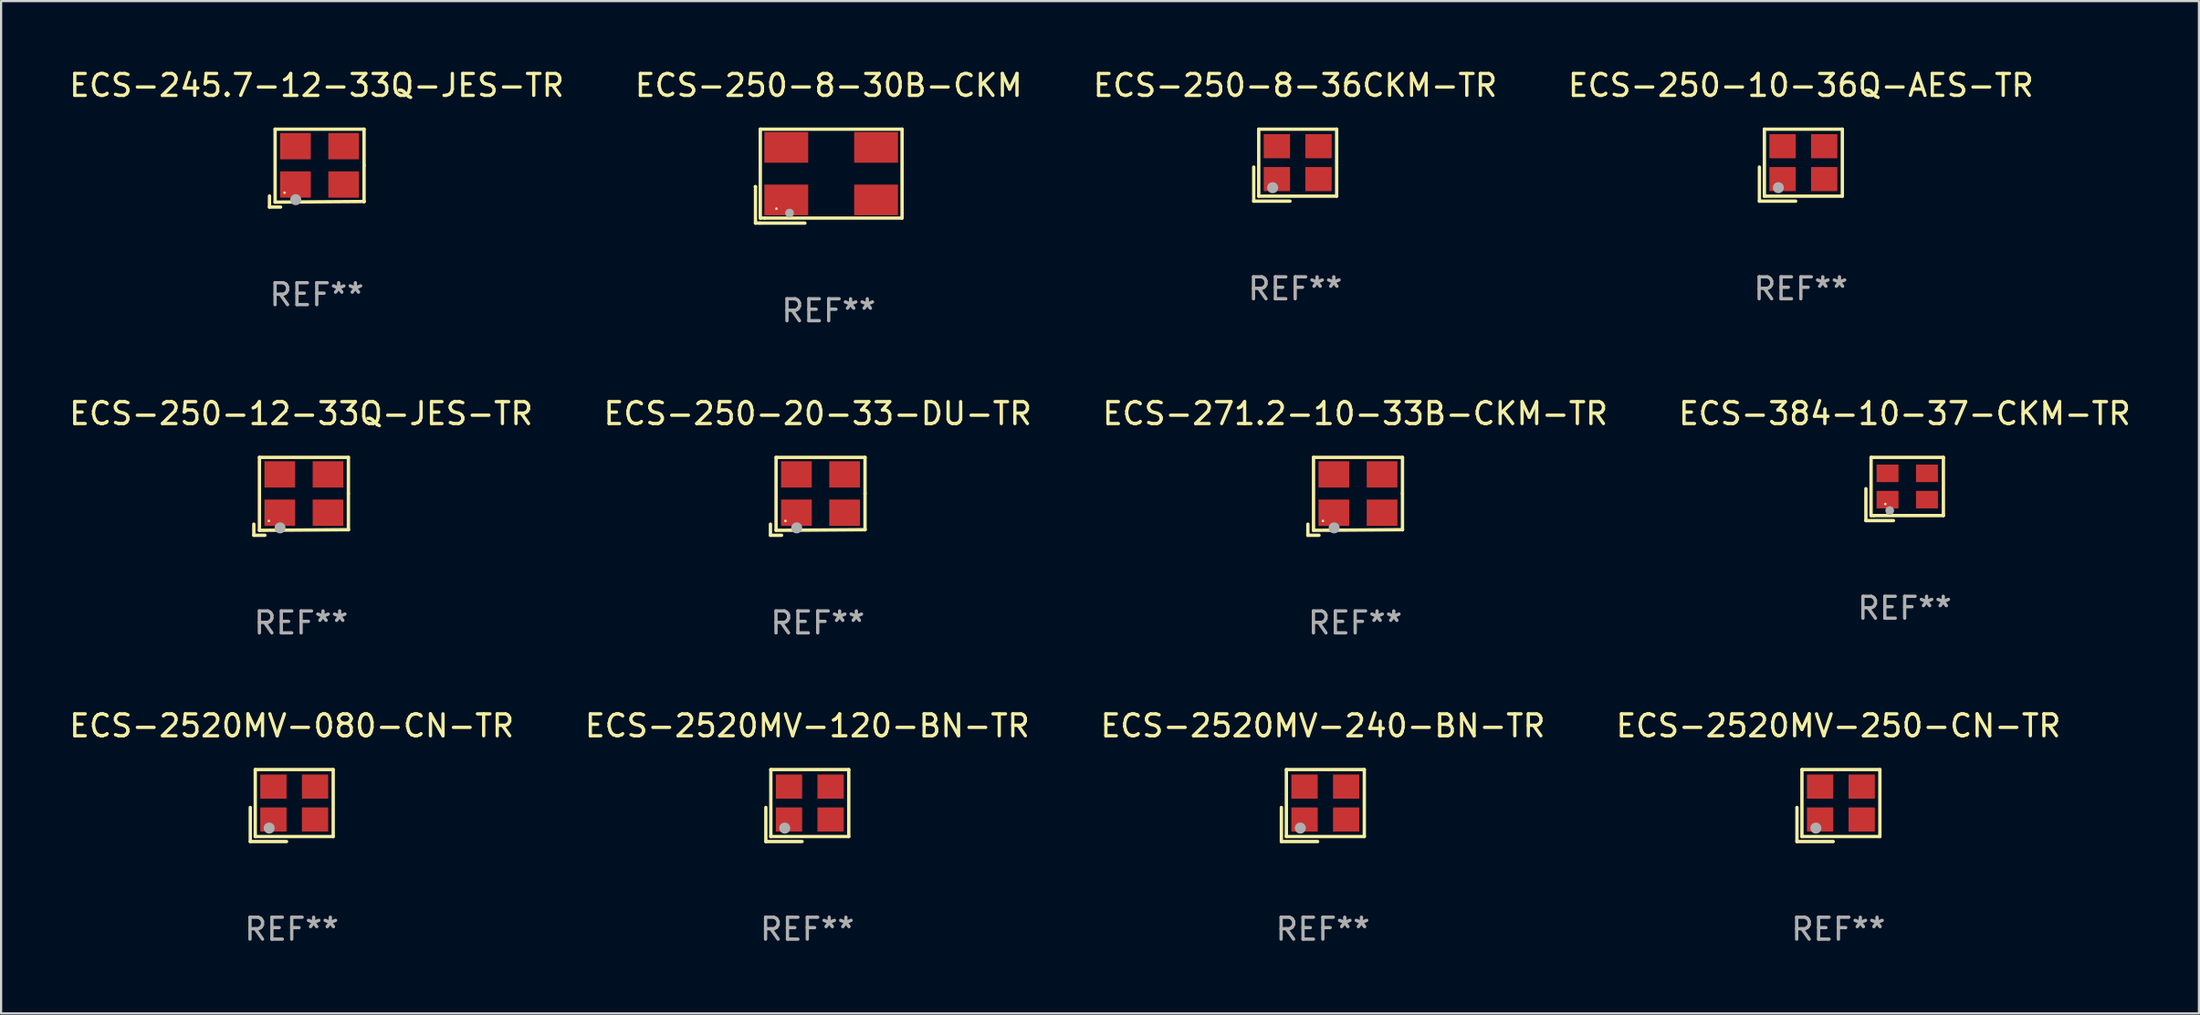
<source format=kicad_pcb>
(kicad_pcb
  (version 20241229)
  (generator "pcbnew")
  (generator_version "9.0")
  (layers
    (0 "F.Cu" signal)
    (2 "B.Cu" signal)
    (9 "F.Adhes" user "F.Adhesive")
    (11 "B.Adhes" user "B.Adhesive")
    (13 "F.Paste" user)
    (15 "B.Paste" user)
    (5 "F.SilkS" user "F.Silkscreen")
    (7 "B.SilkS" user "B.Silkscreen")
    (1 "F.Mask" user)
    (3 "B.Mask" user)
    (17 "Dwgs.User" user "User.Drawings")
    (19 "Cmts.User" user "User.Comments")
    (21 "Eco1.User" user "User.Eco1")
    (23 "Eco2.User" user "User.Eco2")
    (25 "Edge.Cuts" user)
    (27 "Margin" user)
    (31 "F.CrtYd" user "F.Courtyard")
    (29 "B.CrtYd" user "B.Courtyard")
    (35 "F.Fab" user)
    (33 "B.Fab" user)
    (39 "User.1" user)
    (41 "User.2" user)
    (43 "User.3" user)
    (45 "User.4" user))
  (footprint "ECS-250-20-33-DU-TR"
    (layer "F.Cu")
    (at 34.28 19.61)
    (property "Reference" "ECS-250-20-33-DU-TR" (at 0 -3.778 0) (layer "F.SilkS") (effects (font (size 1 1) (thickness 0.15))))
    (attr through_hole)
    (fp_line (start -2.159 1.27) (end -2.159 1.778) (stroke (width 0.152) (type solid)) (layer "F.SilkS"))
    (fp_line (start -2.159 1.778) (end -1.651 1.778) (stroke (width 0.152) (type solid)) (layer "F.SilkS"))
    (fp_line (start -1.902 -1.778) (end 2.159 -1.778) (stroke (width 0.152) (type solid)) (layer "F.SilkS"))
    (fp_line (start -1.902 1.552) (end -1.902 -1.778) (stroke (width 0.152) (type solid)) (layer "F.SilkS"))
    (fp_line (start 2.159 -1.778) (end 2.159 -0.127) (stroke (width 0.152) (type solid)) (layer "F.SilkS"))
    (fp_line (start 2.159 -0.127) (end 2.159 1.524) (stroke (width 0.152) (type solid)) (layer "F.SilkS"))
    (fp_line (start 2.159 1.524) (end -1.902 1.552) (stroke (width 0.152) (type solid)) (layer "F.SilkS"))
    (fp_line (start 2.159 1.524) (end 2.159 1.524) (stroke (width 0.152) (type solid)) (layer "F.SilkS"))
    (fp_circle (center -1.473 1.123) (end -1.443 1.123) (stroke (width 0.06) (type solid)) (fill no) (layer "F.SilkS"))
    (fp_circle (center -0.961 1.44) (end -0.834 1.44) (stroke (width 0.254) (type solid)) (fill no) (layer "F.Fab"))
    (fp_text user "REF**" (at 0 5.778 0) (layer "F.Fab") (effects (font (size 1 1) (thickness 0.15))))
    (pad "1" smd rect (at -0.973 0.748) (size 1.4 1.2) (layers "F.Cu" "F.Mask" "F.Paste"))
    (pad "2" smd rect (at 1.227 0.748) (size 1.4 1.2) (layers "F.Cu" "F.Mask" "F.Paste"))
    (pad "3" smd rect (at 1.227 -1.002) (size 1.4 1.2) (layers "F.Cu" "F.Mask" "F.Paste"))
    (pad "4" smd rect (at -0.973 -1.002) (size 1.4 1.2) (layers "F.Cu" "F.Mask" "F.Paste")))
  (footprint "ECS-250-8-30B-CKM"
    (layer "F.Cu")
    (at 34.78 4.992)
    (property "Reference" "ECS-250-8-30B-CKM" (at 0 -4.144 0) (layer "F.SilkS") (effects (font (size 1 1) (thickness 0.15))))
    (attr through_hole)
    (fp_line (start -3.35 0.476) (end -3.341 0.485) (stroke (width 0.152) (type solid)) (layer "F.SilkS"))
    (fp_line (start -3.341 0.485) (end -3.341 2.144) (stroke (width 0.152) (type solid)) (layer "F.SilkS"))
    (fp_line (start -3.341 2.144) (end -3.143 2.144) (stroke (width 0.152) (type solid)) (layer "F.SilkS"))
    (fp_line (start -3.143 2.144) (end -1.085 2.144) (stroke (width 0.152) (type solid)) (layer "F.SilkS"))
    (fp_line (start -3.122 -2.144) (end 3.35 -2.144) (stroke (width 0.152) (type solid)) (layer "F.SilkS"))
    (fp_line (start -3.122 1.915) (end -3.122 -2.144) (stroke (width 0.152) (type solid)) (layer "F.SilkS"))
    (fp_line (start -2.914 1.915) (end -3.122 1.915) (stroke (width 0.152) (type solid)) (layer "F.SilkS"))
    (fp_line (start 3.35 -2.144) (end 3.35 1.915) (stroke (width 0.152) (type solid)) (layer "F.SilkS"))
    (fp_line (start 3.35 1.915) (end -2.914 1.915) (stroke (width 0.152) (type solid)) (layer "F.SilkS"))
    (fp_circle (center -2.386 1.486) (end -2.356 1.486) (stroke (width 0.06) (type solid)) (fill no) (layer "F.SilkS"))
    (fp_circle (center -1.786 1.686) (end -1.686 1.686) (stroke (width 0.2) (type solid)) (fill no) (layer "F.Fab"))
    (fp_text user "REF**" (at 0 6.144 0) (layer "F.Fab") (effects (font (size 1 1) (thickness 0.15))))
    (pad "1" smd rect (at -1.936 1.086) (size 2 1.4) (layers "F.Cu" "F.Mask" "F.Paste"))
    (pad "2" smd rect (at 2.164 1.086) (size 2 1.4) (layers "F.Cu" "F.Mask" "F.Paste"))
    (pad "3" smd rect (at 2.164 -1.314) (size 2 1.4) (layers "F.Cu" "F.Mask" "F.Paste"))
    (pad "4" smd rect (at -1.936 -1.314) (size 2 1.4) (layers "F.Cu" "F.Mask" "F.Paste")))
  (footprint "ECS-384-10-37-CKM-TR"
    (layer "F.Cu")
    (at 83.899 19.275)
    (property "Reference" "ECS-384-10-37-CKM-TR" (at 0 -3.443 0) (layer "F.SilkS") (effects (font (size 1 1) (thickness 0.15))))
    (attr through_hole)
    (fp_line (start -1.769 -0.014) (end -1.769 1.443) (stroke (width 0.152) (type solid)) (layer "F.SilkS"))
    (fp_line (start -1.769 1.443) (end -0.512 1.443) (stroke (width 0.152) (type solid)) (layer "F.SilkS"))
    (fp_line (start -1.533 -1.443) (end 1.769 -1.443) (stroke (width 0.152) (type solid)) (layer "F.SilkS"))
    (fp_line (start -1.533 1.214) (end -1.533 -1.443) (stroke (width 0.152) (type solid)) (layer "F.SilkS"))
    (fp_line (start -1.411 1.214) (end -1.533 1.214) (stroke (width 0.152) (type solid)) (layer "F.SilkS"))
    (fp_line (start 1.769 -1.443) (end 1.769 1.214) (stroke (width 0.152) (type solid)) (layer "F.SilkS"))
    (fp_line (start 1.769 1.214) (end -1.411 1.214) (stroke (width 0.152) (type solid)) (layer "F.SilkS"))
    (fp_circle (center -0.882 0.686) (end -0.852 0.686) (stroke (width 0.06) (type solid)) (fill no) (layer "F.SilkS"))
    (fp_circle (center -0.682 0.986) (end -0.582 0.986) (stroke (width 0.2) (type solid)) (fill no) (layer "F.Fab"))
    (fp_text user "REF**" (at 0 5.443 0) (layer "F.Fab") (effects (font (size 1 1) (thickness 0.15))))
    (pad "1" smd rect (at -0.782 0.486 90) (size 0.8 1) (layers "F.Cu" "F.Mask" "F.Paste"))
    (pad "2" smd rect (at 1.018 0.486 90) (size 0.8 1) (layers "F.Cu" "F.Mask" "F.Paste"))
    (pad "3" smd rect (at 1.018 -0.714 90) (size 0.8 1) (layers "F.Cu" "F.Mask" "F.Paste"))
    (pad "4" smd rect (at -0.782 -0.714 90) (size 0.8 1) (layers "F.Cu" "F.Mask" "F.Paste")))
  (footprint "ECS-245.7-12-33Q-JES-TR"
    (layer "F.Cu")
    (at 11.411 4.626)
    (property "Reference" "ECS-245.7-12-33Q-JES-TR" (at 0 -3.778 0) (layer "F.SilkS") (effects (font (size 1 1) (thickness 0.15))))
    (attr through_hole)
    (fp_line (start -2.159 1.27) (end -2.159 1.778) (stroke (width 0.152) (type solid)) (layer "F.SilkS"))
    (fp_line (start -2.159 1.778) (end -1.651 1.778) (stroke (width 0.152) (type solid)) (layer "F.SilkS"))
    (fp_line (start -1.902 -1.778) (end 2.159 -1.778) (stroke (width 0.152) (type solid)) (layer "F.SilkS"))
    (fp_line (start -1.902 1.552) (end -1.902 -1.778) (stroke (width 0.152) (type solid)) (layer "F.SilkS"))
    (fp_line (start 2.159 -1.778) (end 2.159 -0.127) (stroke (width 0.152) (type solid)) (layer "F.SilkS"))
    (fp_line (start 2.159 -0.127) (end 2.159 1.524) (stroke (width 0.152) (type solid)) (layer "F.SilkS"))
    (fp_line (start 2.159 1.524) (end -1.902 1.552) (stroke (width 0.152) (type solid)) (layer "F.SilkS"))
    (fp_line (start 2.159 1.524) (end 2.159 1.524) (stroke (width 0.152) (type solid)) (layer "F.SilkS"))
    (fp_circle (center -1.473 1.123) (end -1.443 1.123) (stroke (width 0.06) (type solid)) (fill no) (layer "F.SilkS"))
    (fp_circle (center -0.961 1.44) (end -0.834 1.44) (stroke (width 0.254) (type solid)) (fill no) (layer "F.Fab"))
    (fp_text user "REF**" (at 0 5.778 0) (layer "F.Fab") (effects (font (size 1 1) (thickness 0.15))))
    (pad "1" smd rect (at -0.973 0.748) (size 1.4 1.2) (layers "F.Cu" "F.Mask" "F.Paste"))
    (pad "2" smd rect (at 1.227 0.748) (size 1.4 1.2) (layers "F.Cu" "F.Mask" "F.Paste"))
    (pad "3" smd rect (at 1.227 -1.002) (size 1.4 1.2) (layers "F.Cu" "F.Mask" "F.Paste"))
    (pad "4" smd rect (at -0.973 -1.002) (size 1.4 1.2) (layers "F.Cu" "F.Mask" "F.Paste")))
  (footprint "ECS-250-12-33Q-JES-TR"
    (layer "F.Cu")
    (at 10.696 19.61)
    (property "Reference" "ECS-250-12-33Q-JES-TR" (at 0 -3.778 0) (layer "F.SilkS") (effects (font (size 1 1) (thickness 0.15))))
    (attr through_hole)
    (fp_line (start -2.159 1.27) (end -2.159 1.778) (stroke (width 0.152) (type solid)) (layer "F.SilkS"))
    (fp_line (start -2.159 1.778) (end -1.651 1.778) (stroke (width 0.152) (type solid)) (layer "F.SilkS"))
    (fp_line (start -1.902 -1.778) (end 2.159 -1.778) (stroke (width 0.152) (type solid)) (layer "F.SilkS"))
    (fp_line (start -1.902 1.552) (end -1.902 -1.778) (stroke (width 0.152) (type solid)) (layer "F.SilkS"))
    (fp_line (start 2.159 -1.778) (end 2.159 -0.127) (stroke (width 0.152) (type solid)) (layer "F.SilkS"))
    (fp_line (start 2.159 -0.127) (end 2.159 1.524) (stroke (width 0.152) (type solid)) (layer "F.SilkS"))
    (fp_line (start 2.159 1.524) (end -1.902 1.552) (stroke (width 0.152) (type solid)) (layer "F.SilkS"))
    (fp_line (start 2.159 1.524) (end 2.159 1.524) (stroke (width 0.152) (type solid)) (layer "F.SilkS"))
    (fp_circle (center -1.473 1.123) (end -1.443 1.123) (stroke (width 0.06) (type solid)) (fill no) (layer "F.SilkS"))
    (fp_circle (center -0.961 1.44) (end -0.834 1.44) (stroke (width 0.254) (type solid)) (fill no) (layer "F.Fab"))
    (fp_text user "REF**" (at 0 5.778 0) (layer "F.Fab") (effects (font (size 1 1) (thickness 0.15))))
    (pad "1" smd rect (at -0.973 0.748) (size 1.4 1.2) (layers "F.Cu" "F.Mask" "F.Paste"))
    (pad "2" smd rect (at 1.227 0.748) (size 1.4 1.2) (layers "F.Cu" "F.Mask" "F.Paste"))
    (pad "3" smd rect (at 1.227 -1.002) (size 1.4 1.2) (layers "F.Cu" "F.Mask" "F.Paste"))
    (pad "4" smd rect (at -0.973 -1.002) (size 1.4 1.2) (layers "F.Cu" "F.Mask" "F.Paste")))
  (footprint "ECS-2520MV-080-CN-TR"
    (layer "F.Cu")
    (at 10.268 33.728)
    (property "Reference" "ECS-2520MV-080-CN-TR" (at 0 -3.643 0) (layer "F.SilkS") (effects (font (size 1 1) (thickness 0.15))))
    (attr through_hole)
    (fp_line (start -1.893 0.086) (end -1.893 1.643) (stroke (width 0.152) (type solid)) (layer "F.SilkS"))
    (fp_line (start -1.893 1.643) (end -0.237 1.643) (stroke (width 0.152) (type solid)) (layer "F.SilkS"))
    (fp_line (start -1.665 -1.643) (end 1.893 -1.643) (stroke (width 0.152) (type solid)) (layer "F.SilkS"))
    (fp_line (start -1.665 1.414) (end -1.665 -1.643) (stroke (width 0.152) (type solid)) (layer "F.SilkS"))
    (fp_line (start 1.893 -1.643) (end 1.893 1.414) (stroke (width 0.152) (type solid)) (layer "F.SilkS"))
    (fp_line (start 1.893 1.414) (end -1.665 1.414) (stroke (width 0.152) (type solid)) (layer "F.SilkS"))
    (fp_circle (center -1.136 0.885) (end -1.106 0.885) (stroke (width 0.06) (type solid)) (fill no) (layer "F.SilkS"))
    (fp_circle (center -1.029 1.028) (end -0.902 1.028) (stroke (width 0.254) (type solid)) (fill no) (layer "F.Fab"))
    (fp_text user "REF**" (at 0 5.643 0) (layer "F.Fab") (effects (font (size 1 1) (thickness 0.15))))
    (pad "1" smd rect (at -0.836 0.636) (size 1.2 1.1) (layers "F.Cu" "F.Mask" "F.Paste"))
    (pad "2" smd rect (at 1.064 0.636) (size 1.2 1.1) (layers "F.Cu" "F.Mask" "F.Paste"))
    (pad "3" smd rect (at 1.064 -0.865) (size 1.2 1.1) (layers "F.Cu" "F.Mask" "F.Paste"))
    (pad "4" smd rect (at -0.836 -0.865) (size 1.2 1.1) (layers "F.Cu" "F.Mask" "F.Paste")))
  (footprint "ECS-271.2-10-33B-CKM-TR"
    (layer "F.Cu")
    (at 58.815 19.61)
    (property "Reference" "ECS-271.2-10-33B-CKM-TR" (at 0 -3.778 0) (layer "F.SilkS") (effects (font (size 1 1) (thickness 0.15))))
    (attr through_hole)
    (fp_line (start -2.159 1.27) (end -2.159 1.778) (stroke (width 0.152) (type solid)) (layer "F.SilkS"))
    (fp_line (start -2.159 1.778) (end -1.651 1.778) (stroke (width 0.152) (type solid)) (layer "F.SilkS"))
    (fp_line (start -1.902 -1.778) (end 2.159 -1.778) (stroke (width 0.152) (type solid)) (layer "F.SilkS"))
    (fp_line (start -1.902 1.552) (end -1.902 -1.778) (stroke (width 0.152) (type solid)) (layer "F.SilkS"))
    (fp_line (start 2.159 -1.778) (end 2.159 -0.127) (stroke (width 0.152) (type solid)) (layer "F.SilkS"))
    (fp_line (start 2.159 -0.127) (end 2.159 1.524) (stroke (width 0.152) (type solid)) (layer "F.SilkS"))
    (fp_line (start 2.159 1.524) (end -1.902 1.552) (stroke (width 0.152) (type solid)) (layer "F.SilkS"))
    (fp_line (start 2.159 1.524) (end 2.159 1.524) (stroke (width 0.152) (type solid)) (layer "F.SilkS"))
    (fp_circle (center -1.473 1.123) (end -1.443 1.123) (stroke (width 0.06) (type solid)) (fill no) (layer "F.SilkS"))
    (fp_circle (center -0.961 1.44) (end -0.834 1.44) (stroke (width 0.254) (type solid)) (fill no) (layer "F.Fab"))
    (fp_text user "REF**" (at 0 5.778 0) (layer "F.Fab") (effects (font (size 1 1) (thickness 0.15))))
    (pad "1" smd rect (at -0.973 0.748) (size 1.4 1.2) (layers "F.Cu" "F.Mask" "F.Paste"))
    (pad "2" smd rect (at 1.227 0.748) (size 1.4 1.2) (layers "F.Cu" "F.Mask" "F.Paste"))
    (pad "3" smd rect (at 1.227 -1.002) (size 1.4 1.2) (layers "F.Cu" "F.Mask" "F.Paste"))
    (pad "4" smd rect (at -0.973 -1.002) (size 1.4 1.2) (layers "F.Cu" "F.Mask" "F.Paste")))
  (footprint "ECS-2520MV-250-CN-TR"
    (layer "F.Cu")
    (at 80.875 33.728)
    (property "Reference" "ECS-2520MV-250-CN-TR" (at 0 -3.643 0) (layer "F.SilkS") (effects (font (size 1 1) (thickness 0.15))))
    (attr through_hole)
    (fp_line (start -1.893 0.086) (end -1.893 1.643) (stroke (width 0.152) (type solid)) (layer "F.SilkS"))
    (fp_line (start -1.893 1.643) (end -0.237 1.643) (stroke (width 0.152) (type solid)) (layer "F.SilkS"))
    (fp_line (start -1.665 -1.643) (end 1.893 -1.643) (stroke (width 0.152) (type solid)) (layer "F.SilkS"))
    (fp_line (start -1.665 1.414) (end -1.665 -1.643) (stroke (width 0.152) (type solid)) (layer "F.SilkS"))
    (fp_line (start 1.893 -1.643) (end 1.893 1.414) (stroke (width 0.152) (type solid)) (layer "F.SilkS"))
    (fp_line (start 1.893 1.414) (end -1.665 1.414) (stroke (width 0.152) (type solid)) (layer "F.SilkS"))
    (fp_circle (center -1.136 0.885) (end -1.106 0.885) (stroke (width 0.06) (type solid)) (fill no) (layer "F.SilkS"))
    (fp_circle (center -1.029 1.028) (end -0.902 1.028) (stroke (width 0.254) (type solid)) (fill no) (layer "F.Fab"))
    (fp_text user "REF**" (at 0 5.643 0) (layer "F.Fab") (effects (font (size 1 1) (thickness 0.15))))
    (pad "1" smd rect (at -0.836 0.636) (size 1.2 1.1) (layers "F.Cu" "F.Mask" "F.Paste"))
    (pad "2" smd rect (at 1.064 0.636) (size 1.2 1.1) (layers "F.Cu" "F.Mask" "F.Paste"))
    (pad "3" smd rect (at 1.064 -0.865) (size 1.2 1.1) (layers "F.Cu" "F.Mask" "F.Paste"))
    (pad "4" smd rect (at -0.836 -0.865) (size 1.2 1.1) (layers "F.Cu" "F.Mask" "F.Paste")))
  (footprint "ECS-250-10-36Q-AES-TR"
    (layer "F.Cu")
    (at 79.161 4.491)
    (property "Reference" "ECS-250-10-36Q-AES-TR" (at 0 -3.643 0) (layer "F.SilkS") (effects (font (size 1 1) (thickness 0.15))))
    (attr through_hole)
    (fp_line (start -1.893 0.086) (end -1.893 1.643) (stroke (width 0.152) (type solid)) (layer "F.SilkS"))
    (fp_line (start -1.893 1.643) (end -0.237 1.643) (stroke (width 0.152) (type solid)) (layer "F.SilkS"))
    (fp_line (start -1.665 -1.643) (end 1.893 -1.643) (stroke (width 0.152) (type solid)) (layer "F.SilkS"))
    (fp_line (start -1.665 1.414) (end -1.665 -1.643) (stroke (width 0.152) (type solid)) (layer "F.SilkS"))
    (fp_line (start 1.893 -1.643) (end 1.893 1.414) (stroke (width 0.152) (type solid)) (layer "F.SilkS"))
    (fp_line (start 1.893 1.414) (end -1.665 1.414) (stroke (width 0.152) (type solid)) (layer "F.SilkS"))
    (fp_circle (center -1.136 0.885) (end -1.106 0.885) (stroke (width 0.06) (type solid)) (fill no) (layer "F.SilkS"))
    (fp_circle (center -1.029 1.028) (end -0.902 1.028) (stroke (width 0.254) (type solid)) (fill no) (layer "F.Fab"))
    (fp_text user "REF**" (at 0 5.643 0) (layer "F.Fab") (effects (font (size 1 1) (thickness 0.15))))
    (pad "1" smd rect (at -0.836 0.636) (size 1.2 1.1) (layers "F.Cu" "F.Mask" "F.Paste"))
    (pad "2" smd rect (at 1.064 0.636) (size 1.2 1.1) (layers "F.Cu" "F.Mask" "F.Paste"))
    (pad "3" smd rect (at 1.064 -0.865) (size 1.2 1.1) (layers "F.Cu" "F.Mask" "F.Paste"))
    (pad "4" smd rect (at -0.836 -0.865) (size 1.2 1.1) (layers "F.Cu" "F.Mask" "F.Paste")))
  (footprint "ECS-2520MV-240-BN-TR"
    (layer "F.Cu")
    (at 57.339 33.728)
    (property "Reference" "ECS-2520MV-240-BN-TR" (at 0 -3.643 0) (layer "F.SilkS") (effects (font (size 1 1) (thickness 0.15))))
    (attr through_hole)
    (fp_line (start -1.893 0.086) (end -1.893 1.643) (stroke (width 0.152) (type solid)) (layer "F.SilkS"))
    (fp_line (start -1.893 1.643) (end -0.237 1.643) (stroke (width 0.152) (type solid)) (layer "F.SilkS"))
    (fp_line (start -1.665 -1.643) (end 1.893 -1.643) (stroke (width 0.152) (type solid)) (layer "F.SilkS"))
    (fp_line (start -1.665 1.414) (end -1.665 -1.643) (stroke (width 0.152) (type solid)) (layer "F.SilkS"))
    (fp_line (start 1.893 -1.643) (end 1.893 1.414) (stroke (width 0.152) (type solid)) (layer "F.SilkS"))
    (fp_line (start 1.893 1.414) (end -1.665 1.414) (stroke (width 0.152) (type solid)) (layer "F.SilkS"))
    (fp_circle (center -1.136 0.885) (end -1.106 0.885) (stroke (width 0.06) (type solid)) (fill no) (layer "F.SilkS"))
    (fp_circle (center -1.029 1.028) (end -0.902 1.028) (stroke (width 0.254) (type solid)) (fill no) (layer "F.Fab"))
    (fp_text user "REF**" (at 0 5.643 0) (layer "F.Fab") (effects (font (size 1 1) (thickness 0.15))))
    (pad "1" smd rect (at -0.836 0.636) (size 1.2 1.1) (layers "F.Cu" "F.Mask" "F.Paste"))
    (pad "2" smd rect (at 1.064 0.636) (size 1.2 1.1) (layers "F.Cu" "F.Mask" "F.Paste"))
    (pad "3" smd rect (at 1.064 -0.865) (size 1.2 1.1) (layers "F.Cu" "F.Mask" "F.Paste"))
    (pad "4" smd rect (at -0.836 -0.865) (size 1.2 1.1) (layers "F.Cu" "F.Mask" "F.Paste")))
  (footprint "ECS-2520MV-120-BN-TR"
    (layer "F.Cu")
    (at 33.804 33.728)
    (property "Reference" "ECS-2520MV-120-BN-TR" (at 0 -3.643 0) (layer "F.SilkS") (effects (font (size 1 1) (thickness 0.15))))
    (attr through_hole)
    (fp_line (start -1.893 0.086) (end -1.893 1.643) (stroke (width 0.152) (type solid)) (layer "F.SilkS"))
    (fp_line (start -1.893 1.643) (end -0.237 1.643) (stroke (width 0.152) (type solid)) (layer "F.SilkS"))
    (fp_line (start -1.665 -1.643) (end 1.893 -1.643) (stroke (width 0.152) (type solid)) (layer "F.SilkS"))
    (fp_line (start -1.665 1.414) (end -1.665 -1.643) (stroke (width 0.152) (type solid)) (layer "F.SilkS"))
    (fp_line (start 1.893 -1.643) (end 1.893 1.414) (stroke (width 0.152) (type solid)) (layer "F.SilkS"))
    (fp_line (start 1.893 1.414) (end -1.665 1.414) (stroke (width 0.152) (type solid)) (layer "F.SilkS"))
    (fp_circle (center -1.136 0.885) (end -1.106 0.885) (stroke (width 0.06) (type solid)) (fill no) (layer "F.SilkS"))
    (fp_circle (center -1.029 1.028) (end -0.902 1.028) (stroke (width 0.254) (type solid)) (fill no) (layer "F.Fab"))
    (fp_text user "REF**" (at 0 5.643 0) (layer "F.Fab") (effects (font (size 1 1) (thickness 0.15))))
    (pad "1" smd rect (at -0.836 0.636) (size 1.2 1.1) (layers "F.Cu" "F.Mask" "F.Paste"))
    (pad "2" smd rect (at 1.064 0.636) (size 1.2 1.1) (layers "F.Cu" "F.Mask" "F.Paste"))
    (pad "3" smd rect (at 1.064 -0.865) (size 1.2 1.1) (layers "F.Cu" "F.Mask" "F.Paste"))
    (pad "4" smd rect (at -0.836 -0.865) (size 1.2 1.1) (layers "F.Cu" "F.Mask" "F.Paste")))
  (footprint "ECS-250-8-36CKM-TR"
    (layer "F.Cu")
    (at 56.077 4.491)
    (property "Reference" "ECS-250-8-36CKM-TR" (at 0 -3.643 0) (layer "F.SilkS") (effects (font (size 1 1) (thickness 0.15))))
    (attr through_hole)
    (fp_line (start -1.893 0.086) (end -1.893 1.643) (stroke (width 0.152) (type solid)) (layer "F.SilkS"))
    (fp_line (start -1.893 1.643) (end -0.237 1.643) (stroke (width 0.152) (type solid)) (layer "F.SilkS"))
    (fp_line (start -1.665 -1.643) (end 1.893 -1.643) (stroke (width 0.152) (type solid)) (layer "F.SilkS"))
    (fp_line (start -1.665 1.414) (end -1.665 -1.643) (stroke (width 0.152) (type solid)) (layer "F.SilkS"))
    (fp_line (start 1.893 -1.643) (end 1.893 1.414) (stroke (width 0.152) (type solid)) (layer "F.SilkS"))
    (fp_line (start 1.893 1.414) (end -1.665 1.414) (stroke (width 0.152) (type solid)) (layer "F.SilkS"))
    (fp_circle (center -1.136 0.885) (end -1.106 0.885) (stroke (width 0.06) (type solid)) (fill no) (layer "F.SilkS"))
    (fp_circle (center -1.029 1.028) (end -0.902 1.028) (stroke (width 0.254) (type solid)) (fill no) (layer "F.Fab"))
    (fp_text user "REF**" (at 0 5.643 0) (layer "F.Fab") (effects (font (size 1 1) (thickness 0.15))))
    (pad "1" smd rect (at -0.836 0.636) (size 1.2 1.1) (layers "F.Cu" "F.Mask" "F.Paste"))
    (pad "2" smd rect (at 1.064 0.636) (size 1.2 1.1) (layers "F.Cu" "F.Mask" "F.Paste"))
    (pad "3" smd rect (at 1.064 -0.865) (size 1.2 1.1) (layers "F.Cu" "F.Mask" "F.Paste"))
    (pad "4" smd rect (at -0.836 -0.865) (size 1.2 1.1) (layers "F.Cu" "F.Mask" "F.Paste")))
  (gr_rect
    (start -3 -3)
    (end 97.333 43.219)
    (stroke (width 0.1) (type default))
    (fill no)
    (layer "Edge.Cuts")))
</source>
